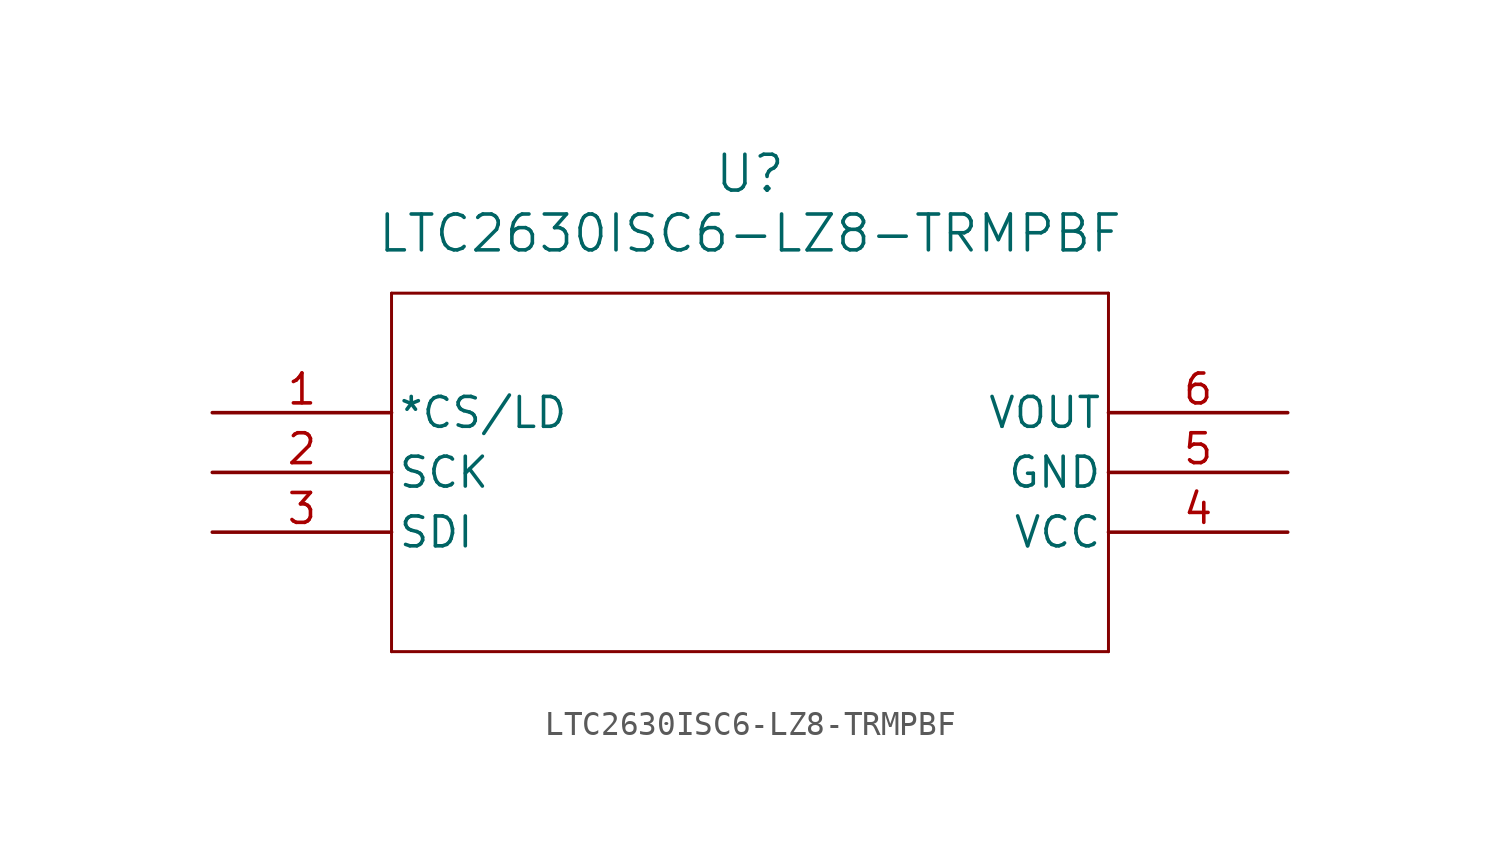
<source format=kicad_sym>
(kicad_symbol_lib
  (version 20220914)
  (generator kicad_symbol_editor)
  (symbol "LTC2630ISC6-LZ8-TRMPBF"
    (pin_names
      (offset 0.254))
    (property "Reference" "U"
      (at 22.86 10.16 0)
      (effects (font (size 1.524 1.524))))
    (property "Value" "LTC2630ISC6-LZ8-TRMPBF"
      (at 22.86 7.62 0)
      (effects (font (size 1.524 1.524))))
    (symbol "LTC2630ISC6-LZ8-TRMPBF_0_1"
      (polyline (pts (xy 7.62 -10.16) (xy 38.1 -10.16)) (stroke (width 0.127) (type default)) (fill (type none)))
      (polyline (pts (xy 7.62 5.08) (xy 7.62 -10.16)) (stroke (width 0.127) (type default)) (fill (type none)))
      (polyline (pts (xy 38.1 -10.16) (xy 38.1 5.08)) (stroke (width 0.127) (type default)) (fill (type none)))
      (polyline (pts (xy 38.1 5.08) (xy 7.62 5.08)) (stroke (width 0.127) (type default)) (fill (type none)))
      (pin input line (at 0 0 0) (length 7.62) (name "*CS/LD" (effects (font (size 1.27 1.27)))) (number "1" (effects (font (size 1.27 1.27)))))
      (pin input line (at 0 -2.54 0) (length 7.62) (name "SCK" (effects (font (size 1.27 1.27)))) (number "2" (effects (font (size 1.27 1.27)))))
      (pin input line (at 0 -5.08 0) (length 7.62) (name "SDI" (effects (font (size 1.27 1.27)))) (number "3" (effects (font (size 1.27 1.27)))))
      (pin power_in line (at 45.72 -5.08 180) (length 7.62) (name "VCC" (effects (font (size 1.27 1.27)))) (number "4" (effects (font (size 1.27 1.27)))))
      (pin power_out line (at 45.72 -2.54 180) (length 7.62) (name "GND" (effects (font (size 1.27 1.27)))) (number "5" (effects (font (size 1.27 1.27)))))
      (pin output line (at 45.72 0 180) (length 7.62) (name "VOUT" (effects (font (size 1.27 1.27)))) (number "6" (effects (font (size 1.27 1.27))))))))
</source>
